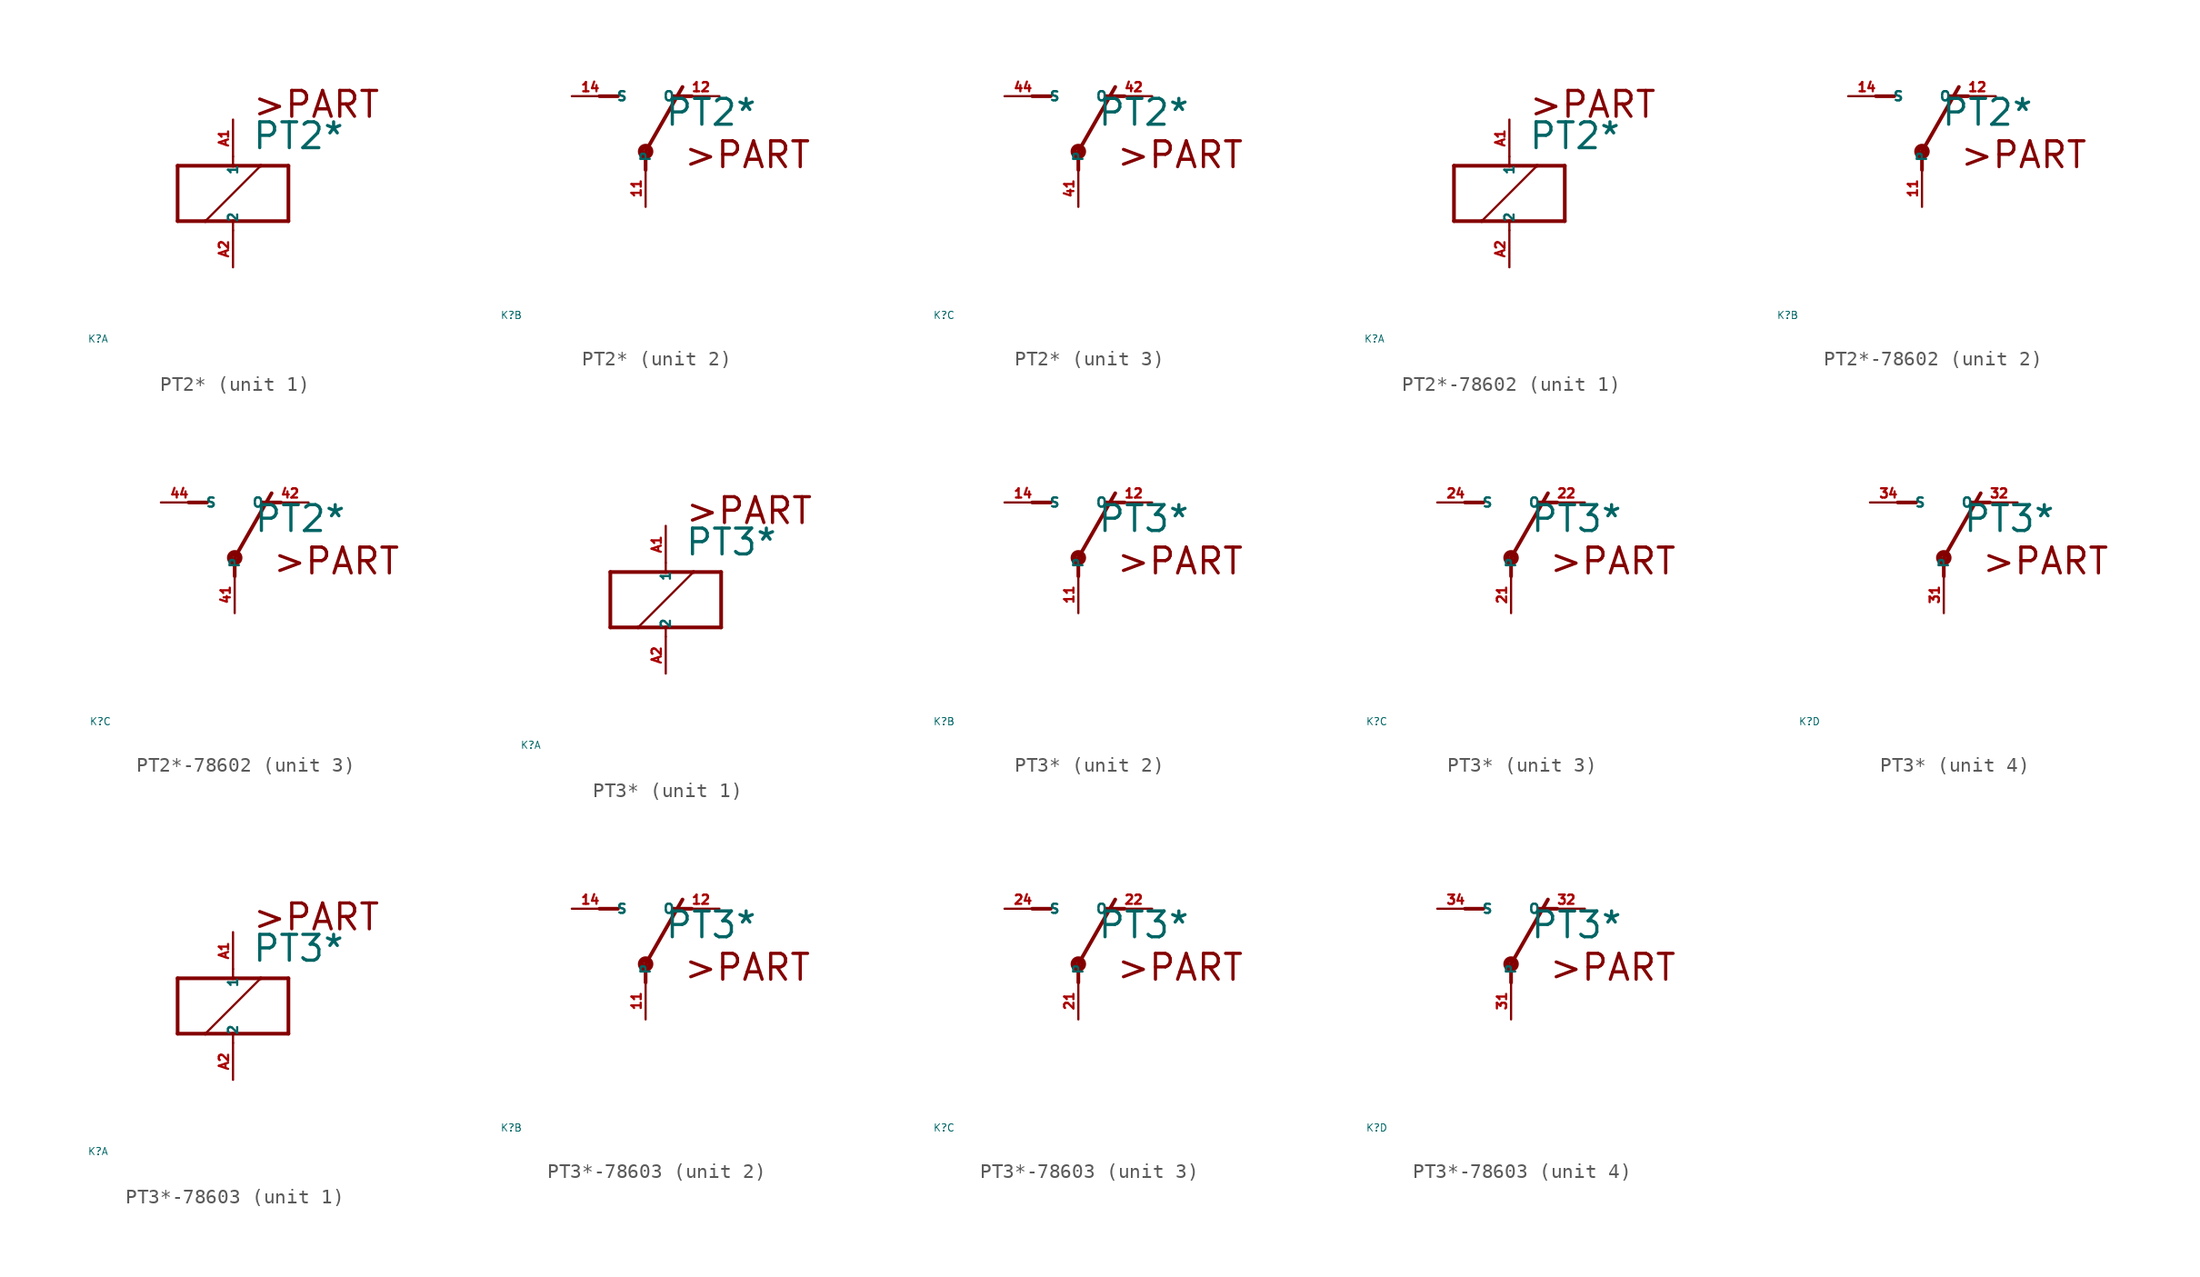
<source format=kicad_sym>
(kicad_symbol_lib
  (version 20220914)
  (generator Eagle2Kicad)
  (symbol "PT2*"
    (property "Reference" "K"
      (at -10 -10 0)
      (effects (font (size 0.5 0.5) (thickness 0.06)) (justify left)))
    (property "Value" "PT2*"
      (at 1.27 2.921 0)
      (effects (font (size 1.778 1.778) (thickness 0.22)) (justify left bottom)))
    (symbol "PT2*_1_0"
      (polyline (pts (xy -3.81 -1.905) (xy -1.905 -1.905)) (stroke (width 0.254) (type default)) (fill (type none)))
      (polyline (pts (xy 3.81 -1.905) (xy 3.81 1.905)) (stroke (width 0.254) (type default)) (fill (type none)))
      (polyline (pts (xy 3.81 1.905) (xy 1.905 1.905)) (stroke (width 0.254) (type default)) (fill (type none)))
      (polyline (pts (xy -3.81 1.905) (xy -3.81 -1.905)) (stroke (width 0.254) (type default)) (fill (type none)))
      (polyline (pts (xy 0 -2.54) (xy 0 -1.905)) (stroke (width 0.152) (type default)) (fill (type none)))
      (polyline (pts (xy 0 -1.905) (xy 3.81 -1.905)) (stroke (width 0.254) (type default)) (fill (type none)))
      (polyline (pts (xy 0 2.54) (xy 0 1.905)) (stroke (width 0.152) (type default)) (fill (type none)))
      (polyline (pts (xy 0 1.905) (xy -3.81 1.905)) (stroke (width 0.254) (type default)) (fill (type none)))
      (polyline (pts (xy -1.905 -1.905) (xy 1.905 1.905)) (stroke (width 0.152) (type default)) (fill (type none)))
      (polyline (pts (xy -1.905 -1.905) (xy 0 -1.905)) (stroke (width 0.254) (type default)) (fill (type none)))
      (polyline (pts (xy 1.905 1.905) (xy 0 1.905)) (stroke (width 0.254) (type default)) (fill (type none)))
      (text ">PART" (at 1.27 5.08 0) (effects (font (size 1.778 1.778) (thickness 0.22)) (justify left bottom)))
      (pin passive line (at 0 -5.08 90) (length 2.54) (name "2" (effects (font (size 0.635 0.635) (thickness 0.08)) (justify left bottom))) (number "A2" (effects (font (size 0.635 0.635) (thickness 0.08)) (justify left bottom))))
      (pin passive line (at 0 5.08 270) (length 2.54) (name "1" (effects (font (size 0.635 0.635) (thickness 0.08)) (justify left bottom))) (number "A1" (effects (font (size 0.635 0.635) (thickness 0.08)) (justify left bottom)))))
    (symbol "PT2*_2_0"
      (polyline (pts (xy 3.175 5.08) (xy 1.905 5.08)) (stroke (width 0.254) (type default)) (fill (type none)))
      (polyline (pts (xy -3.175 5.08) (xy -1.905 5.08)) (stroke (width 0.254) (type default)) (fill (type none)))
      (polyline (pts (xy 0 1.27) (xy 2.54 5.715)) (stroke (width 0.254) (type default)) (fill (type none)))
      (polyline (pts (xy 0 1.27) (xy 0 0)) (stroke (width 0.254) (type default)) (fill (type none)))
      (text ">PART" (at 2.54 0 0) (effects (font (size 1.778 1.778) (thickness 0.22)) (justify left bottom)))
      (circle (center 0 1.27) (radius 0.127) (stroke (width 0.406) (type default)) (fill (type none)))
      (pin passive line (at 5.08 5.08 180) (length 2.54) (name "O" (effects (font (size 0.635 0.635) (thickness 0.08)) (justify left bottom))) (number "12" (effects (font (size 0.635 0.635) (thickness 0.08)) (justify left bottom))))
      (pin passive line (at -5.08 5.08 0) (length 2.54) (name "S" (effects (font (size 0.635 0.635) (thickness 0.08)) (justify left bottom))) (number "14" (effects (font (size 0.635 0.635) (thickness 0.08)) (justify left bottom))))
      (pin passive line (at 0 -2.54 90) (length 2.54) (name "P" (effects (font (size 0.635 0.635) (thickness 0.08)) (justify left bottom))) (number "11" (effects (font (size 0.635 0.635) (thickness 0.08)) (justify left bottom)))))
    (symbol "PT2*_3_0"
      (polyline (pts (xy 3.175 5.08) (xy 1.905 5.08)) (stroke (width 0.254) (type default)) (fill (type none)))
      (polyline (pts (xy -3.175 5.08) (xy -1.905 5.08)) (stroke (width 0.254) (type default)) (fill (type none)))
      (polyline (pts (xy 0 1.27) (xy 2.54 5.715)) (stroke (width 0.254) (type default)) (fill (type none)))
      (polyline (pts (xy 0 1.27) (xy 0 0)) (stroke (width 0.254) (type default)) (fill (type none)))
      (text ">PART" (at 2.54 0 0) (effects (font (size 1.778 1.778) (thickness 0.22)) (justify left bottom)))
      (circle (center 0 1.27) (radius 0.127) (stroke (width 0.406) (type default)) (fill (type none)))
      (pin passive line (at 5.08 5.08 180) (length 2.54) (name "O" (effects (font (size 0.635 0.635) (thickness 0.08)) (justify left bottom))) (number "42" (effects (font (size 0.635 0.635) (thickness 0.08)) (justify left bottom))))
      (pin passive line (at -5.08 5.08 0) (length 2.54) (name "S" (effects (font (size 0.635 0.635) (thickness 0.08)) (justify left bottom))) (number "44" (effects (font (size 0.635 0.635) (thickness 0.08)) (justify left bottom))))
      (pin passive line (at 0 -2.54 90) (length 2.54) (name "P" (effects (font (size 0.635 0.635) (thickness 0.08)) (justify left bottom))) (number "41" (effects (font (size 0.635 0.635) (thickness 0.08)) (justify left bottom))))))
  (symbol "PT2*-78602"
    (property "Reference" "K"
      (at -10 -10 0)
      (effects (font (size 0.5 0.5) (thickness 0.06)) (justify left)))
    (property "Value" "PT2*"
      (at 1.27 2.921 0)
      (effects (font (size 1.778 1.778) (thickness 0.22)) (justify left bottom)))
    (symbol "PT2*-78602_1_0"
      (polyline (pts (xy -3.81 -1.905) (xy -1.905 -1.905)) (stroke (width 0.254) (type default)) (fill (type none)))
      (polyline (pts (xy 3.81 -1.905) (xy 3.81 1.905)) (stroke (width 0.254) (type default)) (fill (type none)))
      (polyline (pts (xy 3.81 1.905) (xy 1.905 1.905)) (stroke (width 0.254) (type default)) (fill (type none)))
      (polyline (pts (xy -3.81 1.905) (xy -3.81 -1.905)) (stroke (width 0.254) (type default)) (fill (type none)))
      (polyline (pts (xy 0 -2.54) (xy 0 -1.905)) (stroke (width 0.152) (type default)) (fill (type none)))
      (polyline (pts (xy 0 -1.905) (xy 3.81 -1.905)) (stroke (width 0.254) (type default)) (fill (type none)))
      (polyline (pts (xy 0 2.54) (xy 0 1.905)) (stroke (width 0.152) (type default)) (fill (type none)))
      (polyline (pts (xy 0 1.905) (xy -3.81 1.905)) (stroke (width 0.254) (type default)) (fill (type none)))
      (polyline (pts (xy -1.905 -1.905) (xy 1.905 1.905)) (stroke (width 0.152) (type default)) (fill (type none)))
      (polyline (pts (xy -1.905 -1.905) (xy 0 -1.905)) (stroke (width 0.254) (type default)) (fill (type none)))
      (polyline (pts (xy 1.905 1.905) (xy 0 1.905)) (stroke (width 0.254) (type default)) (fill (type none)))
      (text ">PART" (at 1.27 5.08 0) (effects (font (size 1.778 1.778) (thickness 0.22)) (justify left bottom)))
      (pin passive line (at 0 -5.08 90) (length 2.54) (name "2" (effects (font (size 0.635 0.635) (thickness 0.08)) (justify left bottom))) (number "A2" (effects (font (size 0.635 0.635) (thickness 0.08)) (justify left bottom))))
      (pin passive line (at 0 5.08 270) (length 2.54) (name "1" (effects (font (size 0.635 0.635) (thickness 0.08)) (justify left bottom))) (number "A1" (effects (font (size 0.635 0.635) (thickness 0.08)) (justify left bottom)))))
    (symbol "PT2*-78602_2_0"
      (polyline (pts (xy 3.175 5.08) (xy 1.905 5.08)) (stroke (width 0.254) (type default)) (fill (type none)))
      (polyline (pts (xy -3.175 5.08) (xy -1.905 5.08)) (stroke (width 0.254) (type default)) (fill (type none)))
      (polyline (pts (xy 0 1.27) (xy 2.54 5.715)) (stroke (width 0.254) (type default)) (fill (type none)))
      (polyline (pts (xy 0 1.27) (xy 0 0)) (stroke (width 0.254) (type default)) (fill (type none)))
      (text ">PART" (at 2.54 0 0) (effects (font (size 1.778 1.778) (thickness 0.22)) (justify left bottom)))
      (circle (center 0 1.27) (radius 0.127) (stroke (width 0.406) (type default)) (fill (type none)))
      (pin passive line (at 5.08 5.08 180) (length 2.54) (name "O" (effects (font (size 0.635 0.635) (thickness 0.08)) (justify left bottom))) (number "12" (effects (font (size 0.635 0.635) (thickness 0.08)) (justify left bottom))))
      (pin passive line (at -5.08 5.08 0) (length 2.54) (name "S" (effects (font (size 0.635 0.635) (thickness 0.08)) (justify left bottom))) (number "14" (effects (font (size 0.635 0.635) (thickness 0.08)) (justify left bottom))))
      (pin passive line (at 0 -2.54 90) (length 2.54) (name "P" (effects (font (size 0.635 0.635) (thickness 0.08)) (justify left bottom))) (number "11" (effects (font (size 0.635 0.635) (thickness 0.08)) (justify left bottom)))))
    (symbol "PT2*-78602_3_0"
      (polyline (pts (xy 3.175 5.08) (xy 1.905 5.08)) (stroke (width 0.254) (type default)) (fill (type none)))
      (polyline (pts (xy -3.175 5.08) (xy -1.905 5.08)) (stroke (width 0.254) (type default)) (fill (type none)))
      (polyline (pts (xy 0 1.27) (xy 2.54 5.715)) (stroke (width 0.254) (type default)) (fill (type none)))
      (polyline (pts (xy 0 1.27) (xy 0 0)) (stroke (width 0.254) (type default)) (fill (type none)))
      (text ">PART" (at 2.54 0 0) (effects (font (size 1.778 1.778) (thickness 0.22)) (justify left bottom)))
      (circle (center 0 1.27) (radius 0.127) (stroke (width 0.406) (type default)) (fill (type none)))
      (pin passive line (at 5.08 5.08 180) (length 2.54) (name "O" (effects (font (size 0.635 0.635) (thickness 0.08)) (justify left bottom))) (number "42" (effects (font (size 0.635 0.635) (thickness 0.08)) (justify left bottom))))
      (pin passive line (at -5.08 5.08 0) (length 2.54) (name "S" (effects (font (size 0.635 0.635) (thickness 0.08)) (justify left bottom))) (number "44" (effects (font (size 0.635 0.635) (thickness 0.08)) (justify left bottom))))
      (pin passive line (at 0 -2.54 90) (length 2.54) (name "P" (effects (font (size 0.635 0.635) (thickness 0.08)) (justify left bottom))) (number "41" (effects (font (size 0.635 0.635) (thickness 0.08)) (justify left bottom))))))
  (symbol "PT3*"
    (property "Reference" "K"
      (at -10 -10 0)
      (effects (font (size 0.5 0.5) (thickness 0.06)) (justify left)))
    (property "Value" "PT3*"
      (at 1.27 2.921 0)
      (effects (font (size 1.778 1.778) (thickness 0.22)) (justify left bottom)))
    (symbol "PT3*_1_0"
      (polyline (pts (xy -3.81 -1.905) (xy -1.905 -1.905)) (stroke (width 0.254) (type default)) (fill (type none)))
      (polyline (pts (xy 3.81 -1.905) (xy 3.81 1.905)) (stroke (width 0.254) (type default)) (fill (type none)))
      (polyline (pts (xy 3.81 1.905) (xy 1.905 1.905)) (stroke (width 0.254) (type default)) (fill (type none)))
      (polyline (pts (xy -3.81 1.905) (xy -3.81 -1.905)) (stroke (width 0.254) (type default)) (fill (type none)))
      (polyline (pts (xy 0 -2.54) (xy 0 -1.905)) (stroke (width 0.152) (type default)) (fill (type none)))
      (polyline (pts (xy 0 -1.905) (xy 3.81 -1.905)) (stroke (width 0.254) (type default)) (fill (type none)))
      (polyline (pts (xy 0 2.54) (xy 0 1.905)) (stroke (width 0.152) (type default)) (fill (type none)))
      (polyline (pts (xy 0 1.905) (xy -3.81 1.905)) (stroke (width 0.254) (type default)) (fill (type none)))
      (polyline (pts (xy -1.905 -1.905) (xy 1.905 1.905)) (stroke (width 0.152) (type default)) (fill (type none)))
      (polyline (pts (xy -1.905 -1.905) (xy 0 -1.905)) (stroke (width 0.254) (type default)) (fill (type none)))
      (polyline (pts (xy 1.905 1.905) (xy 0 1.905)) (stroke (width 0.254) (type default)) (fill (type none)))
      (text ">PART" (at 1.27 5.08 0) (effects (font (size 1.778 1.778) (thickness 0.22)) (justify left bottom)))
      (pin passive line (at 0 -5.08 90) (length 2.54) (name "2" (effects (font (size 0.635 0.635) (thickness 0.08)) (justify left bottom))) (number "A2" (effects (font (size 0.635 0.635) (thickness 0.08)) (justify left bottom))))
      (pin passive line (at 0 5.08 270) (length 2.54) (name "1" (effects (font (size 0.635 0.635) (thickness 0.08)) (justify left bottom))) (number "A1" (effects (font (size 0.635 0.635) (thickness 0.08)) (justify left bottom)))))
    (symbol "PT3*_2_0"
      (polyline (pts (xy 3.175 5.08) (xy 1.905 5.08)) (stroke (width 0.254) (type default)) (fill (type none)))
      (polyline (pts (xy -3.175 5.08) (xy -1.905 5.08)) (stroke (width 0.254) (type default)) (fill (type none)))
      (polyline (pts (xy 0 1.27) (xy 2.54 5.715)) (stroke (width 0.254) (type default)) (fill (type none)))
      (polyline (pts (xy 0 1.27) (xy 0 0)) (stroke (width 0.254) (type default)) (fill (type none)))
      (text ">PART" (at 2.54 0 0) (effects (font (size 1.778 1.778) (thickness 0.22)) (justify left bottom)))
      (circle (center 0 1.27) (radius 0.127) (stroke (width 0.406) (type default)) (fill (type none)))
      (pin passive line (at 5.08 5.08 180) (length 2.54) (name "O" (effects (font (size 0.635 0.635) (thickness 0.08)) (justify left bottom))) (number "12" (effects (font (size 0.635 0.635) (thickness 0.08)) (justify left bottom))))
      (pin passive line (at -5.08 5.08 0) (length 2.54) (name "S" (effects (font (size 0.635 0.635) (thickness 0.08)) (justify left bottom))) (number "14" (effects (font (size 0.635 0.635) (thickness 0.08)) (justify left bottom))))
      (pin passive line (at 0 -2.54 90) (length 2.54) (name "P" (effects (font (size 0.635 0.635) (thickness 0.08)) (justify left bottom))) (number "11" (effects (font (size 0.635 0.635) (thickness 0.08)) (justify left bottom)))))
    (symbol "PT3*_3_0"
      (polyline (pts (xy 3.175 5.08) (xy 1.905 5.08)) (stroke (width 0.254) (type default)) (fill (type none)))
      (polyline (pts (xy -3.175 5.08) (xy -1.905 5.08)) (stroke (width 0.254) (type default)) (fill (type none)))
      (polyline (pts (xy 0 1.27) (xy 2.54 5.715)) (stroke (width 0.254) (type default)) (fill (type none)))
      (polyline (pts (xy 0 1.27) (xy 0 0)) (stroke (width 0.254) (type default)) (fill (type none)))
      (text ">PART" (at 2.54 0 0) (effects (font (size 1.778 1.778) (thickness 0.22)) (justify left bottom)))
      (circle (center 0 1.27) (radius 0.127) (stroke (width 0.406) (type default)) (fill (type none)))
      (pin passive line (at 5.08 5.08 180) (length 2.54) (name "O" (effects (font (size 0.635 0.635) (thickness 0.08)) (justify left bottom))) (number "22" (effects (font (size 0.635 0.635) (thickness 0.08)) (justify left bottom))))
      (pin passive line (at -5.08 5.08 0) (length 2.54) (name "S" (effects (font (size 0.635 0.635) (thickness 0.08)) (justify left bottom))) (number "24" (effects (font (size 0.635 0.635) (thickness 0.08)) (justify left bottom))))
      (pin passive line (at 0 -2.54 90) (length 2.54) (name "P" (effects (font (size 0.635 0.635) (thickness 0.08)) (justify left bottom))) (number "21" (effects (font (size 0.635 0.635) (thickness 0.08)) (justify left bottom)))))
    (symbol "PT3*_4_0"
      (polyline (pts (xy 3.175 5.08) (xy 1.905 5.08)) (stroke (width 0.254) (type default)) (fill (type none)))
      (polyline (pts (xy -3.175 5.08) (xy -1.905 5.08)) (stroke (width 0.254) (type default)) (fill (type none)))
      (polyline (pts (xy 0 1.27) (xy 2.54 5.715)) (stroke (width 0.254) (type default)) (fill (type none)))
      (polyline (pts (xy 0 1.27) (xy 0 0)) (stroke (width 0.254) (type default)) (fill (type none)))
      (text ">PART" (at 2.54 0 0) (effects (font (size 1.778 1.778) (thickness 0.22)) (justify left bottom)))
      (circle (center 0 1.27) (radius 0.127) (stroke (width 0.406) (type default)) (fill (type none)))
      (pin passive line (at 5.08 5.08 180) (length 2.54) (name "O" (effects (font (size 0.635 0.635) (thickness 0.08)) (justify left bottom))) (number "32" (effects (font (size 0.635 0.635) (thickness 0.08)) (justify left bottom))))
      (pin passive line (at -5.08 5.08 0) (length 2.54) (name "S" (effects (font (size 0.635 0.635) (thickness 0.08)) (justify left bottom))) (number "34" (effects (font (size 0.635 0.635) (thickness 0.08)) (justify left bottom))))
      (pin passive line (at 0 -2.54 90) (length 2.54) (name "P" (effects (font (size 0.635 0.635) (thickness 0.08)) (justify left bottom))) (number "31" (effects (font (size 0.635 0.635) (thickness 0.08)) (justify left bottom))))))
  (symbol "PT3*-78603"
    (property "Reference" "K"
      (at -10 -10 0)
      (effects (font (size 0.5 0.5) (thickness 0.06)) (justify left)))
    (property "Value" "PT3*"
      (at 1.27 2.921 0)
      (effects (font (size 1.778 1.778) (thickness 0.22)) (justify left bottom)))
    (symbol "PT3*-78603_1_0"
      (polyline (pts (xy -3.81 -1.905) (xy -1.905 -1.905)) (stroke (width 0.254) (type default)) (fill (type none)))
      (polyline (pts (xy 3.81 -1.905) (xy 3.81 1.905)) (stroke (width 0.254) (type default)) (fill (type none)))
      (polyline (pts (xy 3.81 1.905) (xy 1.905 1.905)) (stroke (width 0.254) (type default)) (fill (type none)))
      (polyline (pts (xy -3.81 1.905) (xy -3.81 -1.905)) (stroke (width 0.254) (type default)) (fill (type none)))
      (polyline (pts (xy 0 -2.54) (xy 0 -1.905)) (stroke (width 0.152) (type default)) (fill (type none)))
      (polyline (pts (xy 0 -1.905) (xy 3.81 -1.905)) (stroke (width 0.254) (type default)) (fill (type none)))
      (polyline (pts (xy 0 2.54) (xy 0 1.905)) (stroke (width 0.152) (type default)) (fill (type none)))
      (polyline (pts (xy 0 1.905) (xy -3.81 1.905)) (stroke (width 0.254) (type default)) (fill (type none)))
      (polyline (pts (xy -1.905 -1.905) (xy 1.905 1.905)) (stroke (width 0.152) (type default)) (fill (type none)))
      (polyline (pts (xy -1.905 -1.905) (xy 0 -1.905)) (stroke (width 0.254) (type default)) (fill (type none)))
      (polyline (pts (xy 1.905 1.905) (xy 0 1.905)) (stroke (width 0.254) (type default)) (fill (type none)))
      (text ">PART" (at 1.27 5.08 0) (effects (font (size 1.778 1.778) (thickness 0.22)) (justify left bottom)))
      (pin passive line (at 0 -5.08 90) (length 2.54) (name "2" (effects (font (size 0.635 0.635) (thickness 0.08)) (justify left bottom))) (number "A2" (effects (font (size 0.635 0.635) (thickness 0.08)) (justify left bottom))))
      (pin passive line (at 0 5.08 270) (length 2.54) (name "1" (effects (font (size 0.635 0.635) (thickness 0.08)) (justify left bottom))) (number "A1" (effects (font (size 0.635 0.635) (thickness 0.08)) (justify left bottom)))))
    (symbol "PT3*-78603_2_0"
      (polyline (pts (xy 3.175 5.08) (xy 1.905 5.08)) (stroke (width 0.254) (type default)) (fill (type none)))
      (polyline (pts (xy -3.175 5.08) (xy -1.905 5.08)) (stroke (width 0.254) (type default)) (fill (type none)))
      (polyline (pts (xy 0 1.27) (xy 2.54 5.715)) (stroke (width 0.254) (type default)) (fill (type none)))
      (polyline (pts (xy 0 1.27) (xy 0 0)) (stroke (width 0.254) (type default)) (fill (type none)))
      (text ">PART" (at 2.54 0 0) (effects (font (size 1.778 1.778) (thickness 0.22)) (justify left bottom)))
      (circle (center 0 1.27) (radius 0.127) (stroke (width 0.406) (type default)) (fill (type none)))
      (pin passive line (at 5.08 5.08 180) (length 2.54) (name "O" (effects (font (size 0.635 0.635) (thickness 0.08)) (justify left bottom))) (number "12" (effects (font (size 0.635 0.635) (thickness 0.08)) (justify left bottom))))
      (pin passive line (at -5.08 5.08 0) (length 2.54) (name "S" (effects (font (size 0.635 0.635) (thickness 0.08)) (justify left bottom))) (number "14" (effects (font (size 0.635 0.635) (thickness 0.08)) (justify left bottom))))
      (pin passive line (at 0 -2.54 90) (length 2.54) (name "P" (effects (font (size 0.635 0.635) (thickness 0.08)) (justify left bottom))) (number "11" (effects (font (size 0.635 0.635) (thickness 0.08)) (justify left bottom)))))
    (symbol "PT3*-78603_3_0"
      (polyline (pts (xy 3.175 5.08) (xy 1.905 5.08)) (stroke (width 0.254) (type default)) (fill (type none)))
      (polyline (pts (xy -3.175 5.08) (xy -1.905 5.08)) (stroke (width 0.254) (type default)) (fill (type none)))
      (polyline (pts (xy 0 1.27) (xy 2.54 5.715)) (stroke (width 0.254) (type default)) (fill (type none)))
      (polyline (pts (xy 0 1.27) (xy 0 0)) (stroke (width 0.254) (type default)) (fill (type none)))
      (text ">PART" (at 2.54 0 0) (effects (font (size 1.778 1.778) (thickness 0.22)) (justify left bottom)))
      (circle (center 0 1.27) (radius 0.127) (stroke (width 0.406) (type default)) (fill (type none)))
      (pin passive line (at 5.08 5.08 180) (length 2.54) (name "O" (effects (font (size 0.635 0.635) (thickness 0.08)) (justify left bottom))) (number "22" (effects (font (size 0.635 0.635) (thickness 0.08)) (justify left bottom))))
      (pin passive line (at -5.08 5.08 0) (length 2.54) (name "S" (effects (font (size 0.635 0.635) (thickness 0.08)) (justify left bottom))) (number "24" (effects (font (size 0.635 0.635) (thickness 0.08)) (justify left bottom))))
      (pin passive line (at 0 -2.54 90) (length 2.54) (name "P" (effects (font (size 0.635 0.635) (thickness 0.08)) (justify left bottom))) (number "21" (effects (font (size 0.635 0.635) (thickness 0.08)) (justify left bottom)))))
    (symbol "PT3*-78603_4_0"
      (polyline (pts (xy 3.175 5.08) (xy 1.905 5.08)) (stroke (width 0.254) (type default)) (fill (type none)))
      (polyline (pts (xy -3.175 5.08) (xy -1.905 5.08)) (stroke (width 0.254) (type default)) (fill (type none)))
      (polyline (pts (xy 0 1.27) (xy 2.54 5.715)) (stroke (width 0.254) (type default)) (fill (type none)))
      (polyline (pts (xy 0 1.27) (xy 0 0)) (stroke (width 0.254) (type default)) (fill (type none)))
      (text ">PART" (at 2.54 0 0) (effects (font (size 1.778 1.778) (thickness 0.22)) (justify left bottom)))
      (circle (center 0 1.27) (radius 0.127) (stroke (width 0.406) (type default)) (fill (type none)))
      (pin passive line (at 5.08 5.08 180) (length 2.54) (name "O" (effects (font (size 0.635 0.635) (thickness 0.08)) (justify left bottom))) (number "32" (effects (font (size 0.635 0.635) (thickness 0.08)) (justify left bottom))))
      (pin passive line (at -5.08 5.08 0) (length 2.54) (name "S" (effects (font (size 0.635 0.635) (thickness 0.08)) (justify left bottom))) (number "34" (effects (font (size 0.635 0.635) (thickness 0.08)) (justify left bottom))))
      (pin passive line (at 0 -2.54 90) (length 2.54) (name "P" (effects (font (size 0.635 0.635) (thickness 0.08)) (justify left bottom))) (number "31" (effects (font (size 0.635 0.635) (thickness 0.08)) (justify left bottom)))))))
</source>
